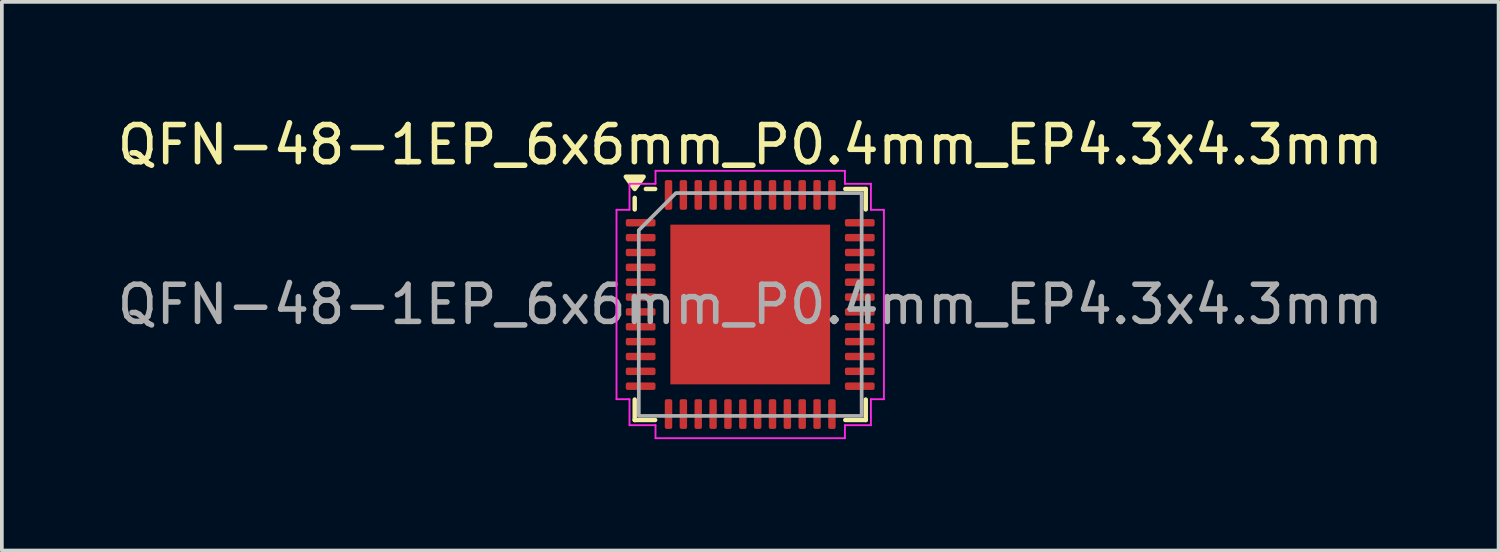
<source format=kicad_pcb>
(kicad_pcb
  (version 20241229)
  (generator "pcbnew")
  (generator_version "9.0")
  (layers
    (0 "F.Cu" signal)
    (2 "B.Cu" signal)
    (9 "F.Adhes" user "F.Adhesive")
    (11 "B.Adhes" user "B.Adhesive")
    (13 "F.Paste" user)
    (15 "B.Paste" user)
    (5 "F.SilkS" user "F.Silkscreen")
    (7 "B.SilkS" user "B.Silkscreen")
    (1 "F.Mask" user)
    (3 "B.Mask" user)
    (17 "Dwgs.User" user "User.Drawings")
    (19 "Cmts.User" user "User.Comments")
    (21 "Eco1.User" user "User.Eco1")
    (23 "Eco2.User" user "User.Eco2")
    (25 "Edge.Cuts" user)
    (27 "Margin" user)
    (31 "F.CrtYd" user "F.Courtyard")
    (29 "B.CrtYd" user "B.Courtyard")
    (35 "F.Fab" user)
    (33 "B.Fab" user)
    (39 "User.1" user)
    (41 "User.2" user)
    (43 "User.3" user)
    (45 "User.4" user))
  (footprint "QFN-48-1EP_6x6mm_P0.4mm_EP4.3x4.3mm"
    (layer "F.Cu")
    (at 17.149 5.148)
    (property "Reference" "QFN-48-1EP_6x6mm_P0.4mm_EP4.3x4.3mm" (at 0 -4.3 0) (layer "F.SilkS") (effects (font (size 1 1) (thickness 0.15))))
    (attr smd)
    (fp_line (start -3.11 -2.56) (end -3.11 -2.87) (stroke (width 0.12) (type solid)) (layer "F.SilkS"))
    (fp_line (start -3.11 3.11) (end -3.11 2.56) (stroke (width 0.12) (type solid)) (layer "F.SilkS"))
    (fp_line (start -2.56 -3.11) (end -2.81 -3.11) (stroke (width 0.12) (type solid)) (layer "F.SilkS"))
    (fp_line (start -2.56 3.11) (end -3.11 3.11) (stroke (width 0.12) (type solid)) (layer "F.SilkS"))
    (fp_line (start 2.56 -3.11) (end 3.11 -3.11) (stroke (width 0.12) (type solid)) (layer "F.SilkS"))
    (fp_line (start 2.56 3.11) (end 3.11 3.11) (stroke (width 0.12) (type solid)) (layer "F.SilkS"))
    (fp_line (start 3.11 -3.11) (end 3.11 -2.56) (stroke (width 0.12) (type solid)) (layer "F.SilkS"))
    (fp_line (start 3.11 3.11) (end 3.11 2.56) (stroke (width 0.12) (type solid)) (layer "F.SilkS"))
    (fp_poly (pts (xy -3.11 -3.11) (xy -3.35 -3.44) (xy -2.87 -3.44)) (stroke (width 0.12) (type solid)) (fill yes) (layer "F.SilkS"))
    (fp_line (start -3.6 -2.55) (end -3.25 -2.55) (stroke (width 0.05) (type solid)) (layer "F.CrtYd"))
    (fp_line (start -3.6 2.55) (end -3.6 -2.55) (stroke (width 0.05) (type solid)) (layer "F.CrtYd"))
    (fp_line (start -3.25 -3.25) (end -2.55 -3.25) (stroke (width 0.05) (type solid)) (layer "F.CrtYd"))
    (fp_line (start -3.25 -2.55) (end -3.25 -3.25) (stroke (width 0.05) (type solid)) (layer "F.CrtYd"))
    (fp_line (start -3.25 2.55) (end -3.6 2.55) (stroke (width 0.05) (type solid)) (layer "F.CrtYd"))
    (fp_line (start -3.25 3.25) (end -3.25 2.55) (stroke (width 0.05) (type solid)) (layer "F.CrtYd"))
    (fp_line (start -2.55 -3.6) (end 2.55 -3.6) (stroke (width 0.05) (type solid)) (layer "F.CrtYd"))
    (fp_line (start -2.55 -3.25) (end -2.55 -3.6) (stroke (width 0.05) (type solid)) (layer "F.CrtYd"))
    (fp_line (start -2.55 3.25) (end -3.25 3.25) (stroke (width 0.05) (type solid)) (layer "F.CrtYd"))
    (fp_line (start -2.55 3.6) (end -2.55 3.25) (stroke (width 0.05) (type solid)) (layer "F.CrtYd"))
    (fp_line (start 2.55 -3.6) (end 2.55 -3.25) (stroke (width 0.05) (type solid)) (layer "F.CrtYd"))
    (fp_line (start 2.55 -3.25) (end 3.25 -3.25) (stroke (width 0.05) (type solid)) (layer "F.CrtYd"))
    (fp_line (start 2.55 3.25) (end 2.55 3.6) (stroke (width 0.05) (type solid)) (layer "F.CrtYd"))
    (fp_line (start 2.55 3.6) (end -2.55 3.6) (stroke (width 0.05) (type solid)) (layer "F.CrtYd"))
    (fp_line (start 3.25 -3.25) (end 3.25 -2.55) (stroke (width 0.05) (type solid)) (layer "F.CrtYd"))
    (fp_line (start 3.25 -2.55) (end 3.6 -2.55) (stroke (width 0.05) (type solid)) (layer "F.CrtYd"))
    (fp_line (start 3.25 2.55) (end 3.25 3.25) (stroke (width 0.05) (type solid)) (layer "F.CrtYd"))
    (fp_line (start 3.25 3.25) (end 2.55 3.25) (stroke (width 0.05) (type solid)) (layer "F.CrtYd"))
    (fp_line (start 3.6 -2.55) (end 3.6 2.55) (stroke (width 0.05) (type solid)) (layer "F.CrtYd"))
    (fp_line (start 3.6 2.55) (end 3.25 2.55) (stroke (width 0.05) (type solid)) (layer "F.CrtYd"))
    (fp_poly (pts (xy -3 -2) (xy -3 3) (xy 3 3) (xy 3 -3) (xy -2 -3)) (stroke (width 0.1) (type solid)) (fill no) (layer "F.Fab"))
    (fp_text user "${REFERENCE}" (at 0 0 0) (layer "F.Fab") (effects (font (size 1 1) (thickness 0.15))))
    (pad "" smd roundrect (at -1.43 -1.43) (size 1.16 1.16) (layers "F.Paste") (roundrect_rratio 0.216))
    (pad "" smd roundrect (at -1.43 0) (size 1.16 1.16) (layers "F.Paste") (roundrect_rratio 0.216))
    (pad "" smd roundrect (at -1.43 1.43) (size 1.16 1.16) (layers "F.Paste") (roundrect_rratio 0.216))
    (pad "" smd roundrect (at 0 -1.43) (size 1.16 1.16) (layers "F.Paste") (roundrect_rratio 0.216))
    (pad "" smd roundrect (at 0 0) (size 1.16 1.16) (layers "F.Paste") (roundrect_rratio 0.216))
    (pad "" smd roundrect (at 0 1.43) (size 1.16 1.16) (layers "F.Paste") (roundrect_rratio 0.216))
    (pad "" smd roundrect (at 1.43 -1.43) (size 1.16 1.16) (layers "F.Paste") (roundrect_rratio 0.216))
    (pad "" smd roundrect (at 1.43 0) (size 1.16 1.16) (layers "F.Paste") (roundrect_rratio 0.216))
    (pad "" smd roundrect (at 1.43 1.43) (size 1.16 1.16) (layers "F.Paste") (roundrect_rratio 0.216))
    (pad "1" smd roundrect (at -2.95 -2.2) (size 0.8 0.2) (layers "F.Cu" "F.Mask" "F.Paste") (roundrect_rratio 0.25))
    (pad "2" smd roundrect (at -2.95 -1.8) (size 0.8 0.2) (layers "F.Cu" "F.Mask" "F.Paste") (roundrect_rratio 0.25))
    (pad "3" smd roundrect (at -2.95 -1.4) (size 0.8 0.2) (layers "F.Cu" "F.Mask" "F.Paste") (roundrect_rratio 0.25))
    (pad "4" smd roundrect (at -2.95 -1) (size 0.8 0.2) (layers "F.Cu" "F.Mask" "F.Paste") (roundrect_rratio 0.25))
    (pad "5" smd roundrect (at -2.95 -0.6) (size 0.8 0.2) (layers "F.Cu" "F.Mask" "F.Paste") (roundrect_rratio 0.25))
    (pad "6" smd roundrect (at -2.95 -0.2) (size 0.8 0.2) (layers "F.Cu" "F.Mask" "F.Paste") (roundrect_rratio 0.25))
    (pad "7" smd roundrect (at -2.95 0.2) (size 0.8 0.2) (layers "F.Cu" "F.Mask" "F.Paste") (roundrect_rratio 0.25))
    (pad "8" smd roundrect (at -2.95 0.6) (size 0.8 0.2) (layers "F.Cu" "F.Mask" "F.Paste") (roundrect_rratio 0.25))
    (pad "9" smd roundrect (at -2.95 1) (size 0.8 0.2) (layers "F.Cu" "F.Mask" "F.Paste") (roundrect_rratio 0.25))
    (pad "10" smd roundrect (at -2.95 1.4) (size 0.8 0.2) (layers "F.Cu" "F.Mask" "F.Paste") (roundrect_rratio 0.25))
    (pad "11" smd roundrect (at -2.95 1.8) (size 0.8 0.2) (layers "F.Cu" "F.Mask" "F.Paste") (roundrect_rratio 0.25))
    (pad "12" smd roundrect (at -2.95 2.2) (size 0.8 0.2) (layers "F.Cu" "F.Mask" "F.Paste") (roundrect_rratio 0.25))
    (pad "13" smd roundrect (at -2.2 2.95) (size 0.2 0.8) (layers "F.Cu" "F.Mask" "F.Paste") (roundrect_rratio 0.25))
    (pad "14" smd roundrect (at -1.8 2.95) (size 0.2 0.8) (layers "F.Cu" "F.Mask" "F.Paste") (roundrect_rratio 0.25))
    (pad "15" smd roundrect (at -1.4 2.95) (size 0.2 0.8) (layers "F.Cu" "F.Mask" "F.Paste") (roundrect_rratio 0.25))
    (pad "16" smd roundrect (at -1 2.95) (size 0.2 0.8) (layers "F.Cu" "F.Mask" "F.Paste") (roundrect_rratio 0.25))
    (pad "17" smd roundrect (at -0.6 2.95) (size 0.2 0.8) (layers "F.Cu" "F.Mask" "F.Paste") (roundrect_rratio 0.25))
    (pad "18" smd roundrect (at -0.2 2.95) (size 0.2 0.8) (layers "F.Cu" "F.Mask" "F.Paste") (roundrect_rratio 0.25))
    (pad "19" smd roundrect (at 0.2 2.95) (size 0.2 0.8) (layers "F.Cu" "F.Mask" "F.Paste") (roundrect_rratio 0.25))
    (pad "20" smd roundrect (at 0.6 2.95) (size 0.2 0.8) (layers "F.Cu" "F.Mask" "F.Paste") (roundrect_rratio 0.25))
    (pad "21" smd roundrect (at 1 2.95) (size 0.2 0.8) (layers "F.Cu" "F.Mask" "F.Paste") (roundrect_rratio 0.25))
    (pad "22" smd roundrect (at 1.4 2.95) (size 0.2 0.8) (layers "F.Cu" "F.Mask" "F.Paste") (roundrect_rratio 0.25))
    (pad "23" smd roundrect (at 1.8 2.95) (size 0.2 0.8) (layers "F.Cu" "F.Mask" "F.Paste") (roundrect_rratio 0.25))
    (pad "24" smd roundrect (at 2.2 2.95) (size 0.2 0.8) (layers "F.Cu" "F.Mask" "F.Paste") (roundrect_rratio 0.25))
    (pad "25" smd roundrect (at 2.95 2.2) (size 0.8 0.2) (layers "F.Cu" "F.Mask" "F.Paste") (roundrect_rratio 0.25))
    (pad "26" smd roundrect (at 2.95 1.8) (size 0.8 0.2) (layers "F.Cu" "F.Mask" "F.Paste") (roundrect_rratio 0.25))
    (pad "27" smd roundrect (at 2.95 1.4) (size 0.8 0.2) (layers "F.Cu" "F.Mask" "F.Paste") (roundrect_rratio 0.25))
    (pad "28" smd roundrect (at 2.95 1) (size 0.8 0.2) (layers "F.Cu" "F.Mask" "F.Paste") (roundrect_rratio 0.25))
    (pad "29" smd roundrect (at 2.95 0.6) (size 0.8 0.2) (layers "F.Cu" "F.Mask" "F.Paste") (roundrect_rratio 0.25))
    (pad "30" smd roundrect (at 2.95 0.2) (size 0.8 0.2) (layers "F.Cu" "F.Mask" "F.Paste") (roundrect_rratio 0.25))
    (pad "31" smd roundrect (at 2.95 -0.2) (size 0.8 0.2) (layers "F.Cu" "F.Mask" "F.Paste") (roundrect_rratio 0.25))
    (pad "32" smd roundrect (at 2.95 -0.6) (size 0.8 0.2) (layers "F.Cu" "F.Mask" "F.Paste") (roundrect_rratio 0.25))
    (pad "33" smd roundrect (at 2.95 -1) (size 0.8 0.2) (layers "F.Cu" "F.Mask" "F.Paste") (roundrect_rratio 0.25))
    (pad "34" smd roundrect (at 2.95 -1.4) (size 0.8 0.2) (layers "F.Cu" "F.Mask" "F.Paste") (roundrect_rratio 0.25))
    (pad "35" smd roundrect (at 2.95 -1.8) (size 0.8 0.2) (layers "F.Cu" "F.Mask" "F.Paste") (roundrect_rratio 0.25))
    (pad "36" smd roundrect (at 2.95 -2.2) (size 0.8 0.2) (layers "F.Cu" "F.Mask" "F.Paste") (roundrect_rratio 0.25))
    (pad "37" smd roundrect (at 2.2 -2.95) (size 0.2 0.8) (layers "F.Cu" "F.Mask" "F.Paste") (roundrect_rratio 0.25))
    (pad "38" smd roundrect (at 1.8 -2.95) (size 0.2 0.8) (layers "F.Cu" "F.Mask" "F.Paste") (roundrect_rratio 0.25))
    (pad "39" smd roundrect (at 1.4 -2.95) (size 0.2 0.8) (layers "F.Cu" "F.Mask" "F.Paste") (roundrect_rratio 0.25))
    (pad "40" smd roundrect (at 1 -2.95) (size 0.2 0.8) (layers "F.Cu" "F.Mask" "F.Paste") (roundrect_rratio 0.25))
    (pad "41" smd roundrect (at 0.6 -2.95) (size 0.2 0.8) (layers "F.Cu" "F.Mask" "F.Paste") (roundrect_rratio 0.25))
    (pad "42" smd roundrect (at 0.2 -2.95) (size 0.2 0.8) (layers "F.Cu" "F.Mask" "F.Paste") (roundrect_rratio 0.25))
    (pad "43" smd roundrect (at -0.2 -2.95) (size 0.2 0.8) (layers "F.Cu" "F.Mask" "F.Paste") (roundrect_rratio 0.25))
    (pad "44" smd roundrect (at -0.6 -2.95) (size 0.2 0.8) (layers "F.Cu" "F.Mask" "F.Paste") (roundrect_rratio 0.25))
    (pad "45" smd roundrect (at -1 -2.95) (size 0.2 0.8) (layers "F.Cu" "F.Mask" "F.Paste") (roundrect_rratio 0.25))
    (pad "46" smd roundrect (at -1.4 -2.95) (size 0.2 0.8) (layers "F.Cu" "F.Mask" "F.Paste") (roundrect_rratio 0.25))
    (pad "47" smd roundrect (at -1.8 -2.95) (size 0.2 0.8) (layers "F.Cu" "F.Mask" "F.Paste") (roundrect_rratio 0.25))
    (pad "48" smd roundrect (at -2.2 -2.95) (size 0.2 0.8) (layers "F.Cu" "F.Mask" "F.Paste") (roundrect_rratio 0.25))
    (pad "49" smd rect (at 0 0) (size 4.3 4.3) (property pad_prop_heatsink) (layers "F.Cu" "F.Mask")))
  (gr_rect
    (start -3 -3)
    (end 37.298 11.773)
    (stroke (width 0.1) (type default))
    (fill no)
    (layer "Edge.Cuts")))
</source>
